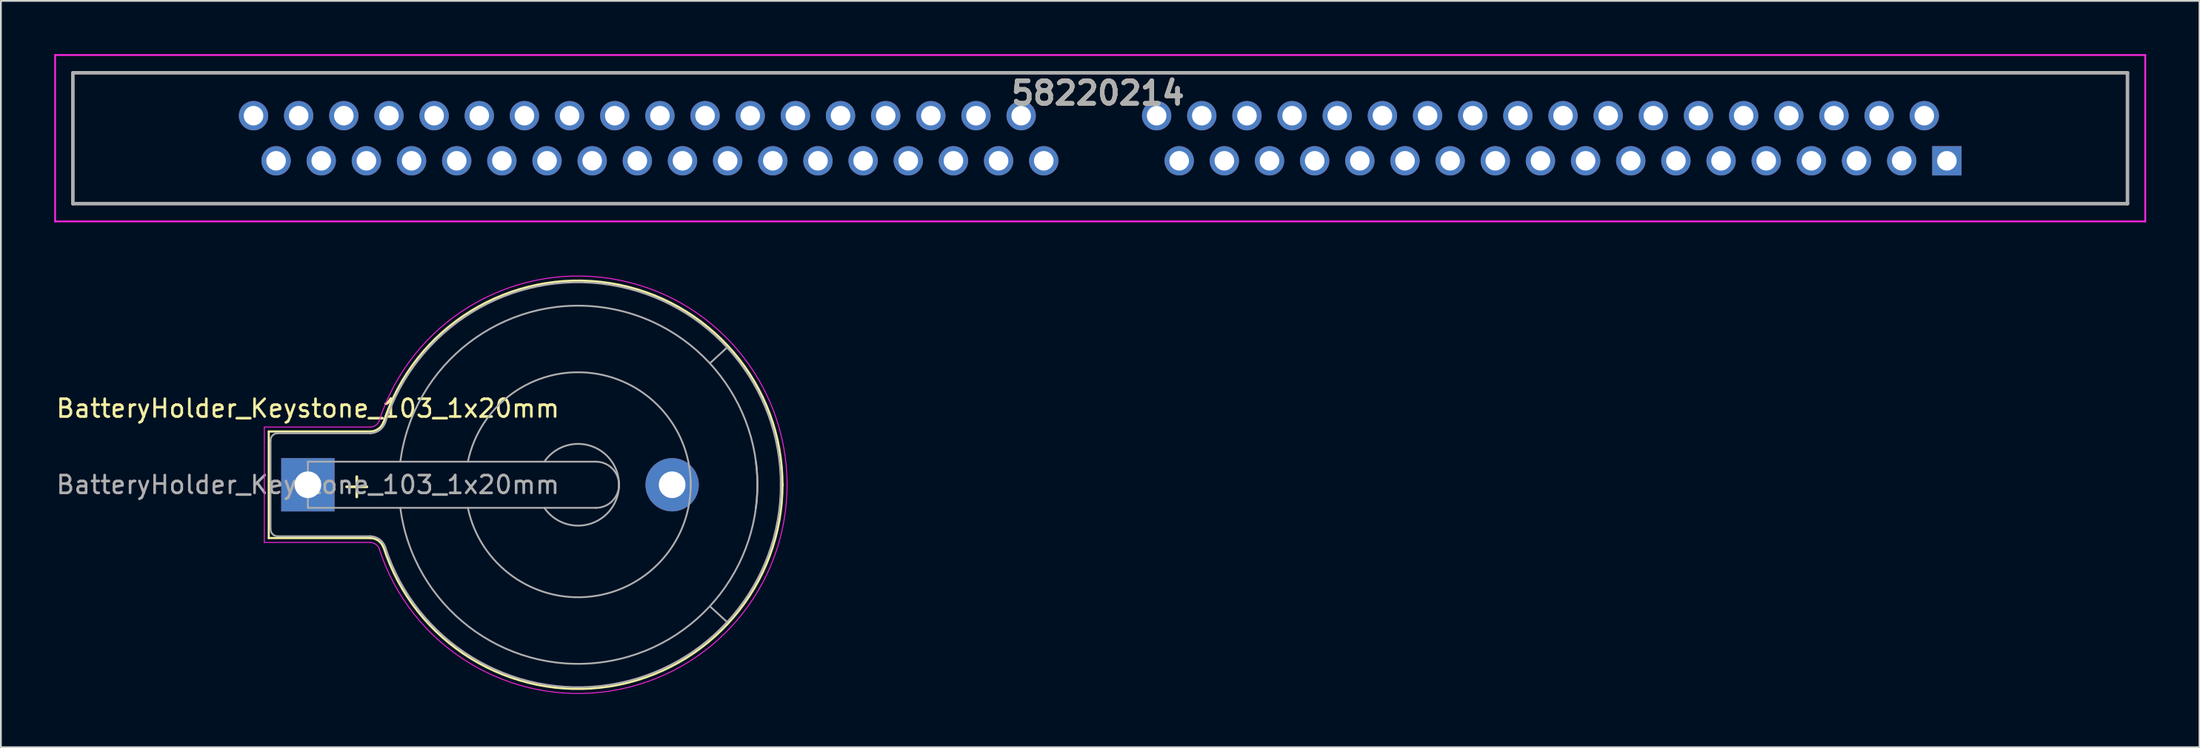
<source format=kicad_pcb>
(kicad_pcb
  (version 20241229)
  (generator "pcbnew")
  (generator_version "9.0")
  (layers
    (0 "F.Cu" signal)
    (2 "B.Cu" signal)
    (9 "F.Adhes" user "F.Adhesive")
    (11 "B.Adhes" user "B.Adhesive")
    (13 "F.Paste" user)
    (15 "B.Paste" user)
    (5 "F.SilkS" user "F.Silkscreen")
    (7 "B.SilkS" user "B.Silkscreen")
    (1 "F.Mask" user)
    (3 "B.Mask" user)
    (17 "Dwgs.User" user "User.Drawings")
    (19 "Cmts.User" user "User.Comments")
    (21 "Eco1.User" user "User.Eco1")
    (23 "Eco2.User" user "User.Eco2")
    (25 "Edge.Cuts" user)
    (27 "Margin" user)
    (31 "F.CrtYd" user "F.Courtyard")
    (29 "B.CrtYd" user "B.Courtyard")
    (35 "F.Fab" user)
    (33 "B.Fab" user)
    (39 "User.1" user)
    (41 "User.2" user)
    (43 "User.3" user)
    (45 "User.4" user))
  (footprint "BatteryHolder_Keystone_103_1x20mm"
    (layer "F.Cu")
    (at 14.268 24.25)
    (property "Reference" "BatteryHolder_Keystone_103_1x20mm" (at 0 -4.3 0) (layer "F.SilkS") (effects (font (size 1 1) (thickness 0.15))))
    (attr through_hole)
    (fp_line (start -2.2 -3) (end 3.5 -3) (stroke (width 0.12) (type solid)) (layer "F.SilkS"))
    (fp_line (start -2.2 3) (end -2.2 -3) (stroke (width 0.12) (type solid)) (layer "F.SilkS"))
    (fp_line (start -2.2 3) (end 3.5 3) (stroke (width 0.12) (type solid)) (layer "F.SilkS"))
    (fp_arc (start 3.5 3) (mid 3.958861 3.144678) (end 4.251754 3.526384) (stroke (width 0.12) (type solid)) (layer "F.SilkS"))
    (fp_arc (start 4.25 -3.5) (mid 16.993514 -11.35499) (end 26.695671 0.045281) (stroke (width 0.12) (type solid)) (layer "F.SilkS"))
    (fp_arc (start 4.251754 -3.526384) (mid 3.958861 -3.144678) (end 3.5 -3) (stroke (width 0.12) (type solid)) (layer "F.SilkS"))
    (fp_arc (start 26.695671 -0.045281) (mid 16.993514 11.35499) (end 4.25 3.5) (stroke (width 0.12) (type solid)) (layer "F.SilkS"))
    (fp_line (start -2.45 -3.25) (end 3.5 -3.25) (stroke (width 0.05) (type solid)) (layer "F.CrtYd"))
    (fp_line (start -2.45 3.25) (end -2.45 -3.25) (stroke (width 0.05) (type solid)) (layer "F.CrtYd"))
    (fp_line (start -2.45 3.25) (end 3.5 3.25) (stroke (width 0.05) (type solid)) (layer "F.CrtYd"))
    (fp_arc (start 3.5 3.25) (mid 3.815467 3.349466) (end 4.016831 3.611889) (stroke (width 0.05) (type solid)) (layer "F.CrtYd"))
    (fp_arc (start 4.01 -3.6) (mid 17.021922 -11.612683) (end 26.954634 0) (stroke (width 0.05) (type solid)) (layer "F.CrtYd"))
    (fp_arc (start 4.016831 -3.611889) (mid 3.815467 -3.349466) (end 3.5 -3.25) (stroke (width 0.05) (type solid)) (layer "F.CrtYd"))
    (fp_arc (start 26.954634 0) (mid 17.021922 11.612683) (end 4.01 3.6) (stroke (width 0.05) (type solid)) (layer "F.CrtYd"))
    (fp_line (start -2.1 -2.5) (end -2.1 2.5) (stroke (width 0.1) (type solid)) (layer "F.Fab"))
    (fp_line (start -1.7 2.9) (end 3.531 2.9) (stroke (width 0.1) (type solid)) (layer "F.Fab"))
    (fp_line (start 0 -1.3) (end 0 1.3) (stroke (width 0.1) (type solid)) (layer "F.Fab"))
    (fp_line (start 0 1.3) (end 16.2 1.3) (stroke (width 0.1) (type solid)) (layer "F.Fab"))
    (fp_line (start 3.531 -2.9) (end -1.7 -2.9) (stroke (width 0.1) (type solid)) (layer "F.Fab"))
    (fp_line (start 16.2 -1.3) (end 0 -1.3) (stroke (width 0.1) (type solid)) (layer "F.Fab"))
    (fp_line (start 23.571 -7.722) (end 22.631 -6.858) (stroke (width 0.1) (type solid)) (layer "F.Fab"))
    (fp_line (start 23.571 7.722) (end 22.657 6.883) (stroke (width 0.1) (type solid)) (layer "F.Fab"))
    (fp_arc (start -2.1 -2.5) (mid -1.982843 -2.782843) (end -1.7 -2.9) (stroke (width 0.1) (type solid)) (layer "F.Fab"))
    (fp_arc (start -1.7 2.9) (mid -1.982843 2.782843) (end -2.1 2.5) (stroke (width 0.1) (type solid)) (layer "F.Fab"))
    (fp_arc (start 3.5 2.9) (mid 4.016219 3.062763) (end 4.345723 3.492182) (stroke (width 0.1) (type solid)) (layer "F.Fab"))
    (fp_arc (start 4.345723 -3.492182) (mid 4.016219 -3.062763) (end 3.5 -2.9) (stroke (width 0.1) (type solid)) (layer "F.Fab"))
    (fp_arc (start 4.35 -3.5) (mid 17.008726 -11.256154) (end 26.600299 0.075351) (stroke (width 0.1) (type solid)) (layer "F.Fab"))
    (fp_arc (start 5.2 -1.3) (mid 16.5 -10) (end 25.2 1.3) (stroke (width 0.1) (type solid)) (layer "F.Fab"))
    (fp_arc (start 9 -1.3) (mid 15.954687 -6.28971) (end 21.531551 0.203631) (stroke (width 0.1) (type solid)) (layer "F.Fab"))
    (fp_arc (start 13.3 -1.3) (mid 15.963947 -2.171724) (end 17.495448 0.175833) (stroke (width 0.1) (type solid)) (layer "F.Fab"))
    (fp_arc (start 16.2 -1.3) (mid 17.5 0) (end 16.2 1.3) (stroke (width 0.1) (type solid)) (layer "F.Fab"))
    (fp_arc (start 17.495448 -0.175833) (mid 15.963947 2.171724) (end 13.3 1.3) (stroke (width 0.1) (type solid)) (layer "F.Fab"))
    (fp_arc (start 21.531551 -0.203631) (mid 15.954687 6.28971) (end 9 1.3) (stroke (width 0.1) (type solid)) (layer "F.Fab"))
    (fp_arc (start 25.2 -1.3) (mid 16.5 10) (end 5.2 1.3) (stroke (width 0.1) (type solid)) (layer "F.Fab"))
    (fp_arc (start 26.600299 -0.075351) (mid 17.008726 11.256154) (end 4.35 3.5) (stroke (width 0.1) (type solid)) (layer "F.Fab"))
    (fp_text user "+" (at 2.75 0 0) (layer "F.SilkS") (effects (font (size 1.5 1.5) (thickness 0.15))))
    (fp_text user "${REFERENCE}" (at 0 0 0) (layer "F.Fab") (effects (font (size 1 1) (thickness 0.15))))
    (pad "1" thru_hole rect (at 0 0) (size 3 3) (drill 1.5) (layers "*.Cu" "*.Mask"))
    (pad "2" thru_hole circle (at 20.49 0) (size 3 3) (drill 1.5) (layers "*.Cu" "*.Mask")))
  (footprint "58220214"
    (layer "F.Cu")
    (at 106.46 6.005)
    (property "Reference" "58220214" (at -47.752 -3.81 0) (layer "F.SilkS") (effects (font (size 1.27 1.27) (thickness 0.254))))
    (attr through_hole)
    (fp_line (start -105.41 -4.955) (end 10.16 -4.955) (stroke (width 0.1) (type solid)) (layer "F.SilkS"))
    (fp_line (start -105.41 2.415) (end -105.41 -4.955) (stroke (width 0.1) (type solid)) (layer "F.SilkS"))
    (fp_line (start 10.16 -4.955) (end 10.16 2.415) (stroke (width 0.1) (type solid)) (layer "F.SilkS"))
    (fp_line (start 10.16 2.415) (end -105.41 2.415) (stroke (width 0.1) (type solid)) (layer "F.SilkS"))
    (fp_line (start -106.41 -5.955) (end 11.16 -5.955) (stroke (width 0.1) (type solid)) (layer "F.CrtYd"))
    (fp_line (start -106.41 3.415) (end -106.41 -5.955) (stroke (width 0.1) (type solid)) (layer "F.CrtYd"))
    (fp_line (start 11.16 -5.955) (end 11.16 3.415) (stroke (width 0.1) (type solid)) (layer "F.CrtYd"))
    (fp_line (start 11.16 3.415) (end -106.41 3.415) (stroke (width 0.1) (type solid)) (layer "F.CrtYd"))
    (fp_line (start -105.41 -4.955) (end 10.16 -4.955) (stroke (width 0.2) (type solid)) (layer "F.Fab"))
    (fp_line (start -105.41 2.415) (end -105.41 -4.955) (stroke (width 0.2) (type solid)) (layer "F.Fab"))
    (fp_line (start 10.16 -4.955) (end 10.16 2.415) (stroke (width 0.2) (type solid)) (layer "F.Fab"))
    (fp_line (start 10.16 2.415) (end -105.41 2.415) (stroke (width 0.2) (type solid)) (layer "F.Fab"))
    (fp_text user "${REFERENCE}" (at -47.752 -3.81 0) (layer "F.Fab") (effects (font (size 1.27 1.27) (thickness 0.254))))
    (pad "" np_thru_hole circle (at -103.505 -1.27) (size 0.001 0.001) (drill 2.44) (layers "*.Cu" "*.Mask"))
    (pad "" np_thru_hole circle (at -47.625 -1.27) (size 0.001 0.001) (drill 2.44) (layers "*.Cu" "*.Mask"))
    (pad "" np_thru_hole circle (at 8.255 -1.27) (size 0.001 0.001) (drill 2.44) (layers "*.Cu" "*.Mask"))
    (pad "1" thru_hole rect (at 0 0) (size 1.65 1.65) (drill 1.1) (layers "*.Cu" "*.Mask"))
    (pad "2" thru_hole circle (at -1.27 -2.54) (size 1.65 1.65) (drill 1.1) (layers "*.Cu" "*.Mask"))
    (pad "3" thru_hole circle (at -2.54 0) (size 1.65 1.65) (drill 1.1) (layers "*.Cu" "*.Mask"))
    (pad "4" thru_hole circle (at -3.81 -2.54) (size 1.65 1.65) (drill 1.1) (layers "*.Cu" "*.Mask"))
    (pad "5" thru_hole circle (at -5.08 0) (size 1.65 1.65) (drill 1.1) (layers "*.Cu" "*.Mask"))
    (pad "6" thru_hole circle (at -6.35 -2.54) (size 1.65 1.65) (drill 1.1) (layers "*.Cu" "*.Mask"))
    (pad "7" thru_hole circle (at -7.62 0) (size 1.65 1.65) (drill 1.1) (layers "*.Cu" "*.Mask"))
    (pad "8" thru_hole circle (at -8.89 -2.54) (size 1.65 1.65) (drill 1.1) (layers "*.Cu" "*.Mask"))
    (pad "9" thru_hole circle (at -10.16 0) (size 1.65 1.65) (drill 1.1) (layers "*.Cu" "*.Mask"))
    (pad "10" thru_hole circle (at -11.43 -2.54) (size 1.65 1.65) (drill 1.1) (layers "*.Cu" "*.Mask"))
    (pad "11" thru_hole circle (at -12.7 0) (size 1.65 1.65) (drill 1.1) (layers "*.Cu" "*.Mask"))
    (pad "12" thru_hole circle (at -13.97 -2.54) (size 1.65 1.65) (drill 1.1) (layers "*.Cu" "*.Mask"))
    (pad "13" thru_hole circle (at -15.24 0) (size 1.65 1.65) (drill 1.1) (layers "*.Cu" "*.Mask"))
    (pad "14" thru_hole circle (at -16.51 -2.54) (size 1.65 1.65) (drill 1.1) (layers "*.Cu" "*.Mask"))
    (pad "15" thru_hole circle (at -17.78 0) (size 1.65 1.65) (drill 1.1) (layers "*.Cu" "*.Mask"))
    (pad "16" thru_hole circle (at -19.05 -2.54) (size 1.65 1.65) (drill 1.1) (layers "*.Cu" "*.Mask"))
    (pad "17" thru_hole circle (at -20.32 0) (size 1.65 1.65) (drill 1.1) (layers "*.Cu" "*.Mask"))
    (pad "18" thru_hole circle (at -21.59 -2.54) (size 1.65 1.65) (drill 1.1) (layers "*.Cu" "*.Mask"))
    (pad "19" thru_hole circle (at -22.86 0) (size 1.65 1.65) (drill 1.1) (layers "*.Cu" "*.Mask"))
    (pad "20" thru_hole circle (at -24.13 -2.54) (size 1.65 1.65) (drill 1.1) (layers "*.Cu" "*.Mask"))
    (pad "21" thru_hole circle (at -25.4 0) (size 1.65 1.65) (drill 1.1) (layers "*.Cu" "*.Mask"))
    (pad "22" thru_hole circle (at -26.67 -2.54) (size 1.65 1.65) (drill 1.1) (layers "*.Cu" "*.Mask"))
    (pad "23" thru_hole circle (at -27.94 0) (size 1.65 1.65) (drill 1.1) (layers "*.Cu" "*.Mask"))
    (pad "24" thru_hole circle (at -29.21 -2.54) (size 1.65 1.65) (drill 1.1) (layers "*.Cu" "*.Mask"))
    (pad "25" thru_hole circle (at -30.48 0) (size 1.65 1.65) (drill 1.1) (layers "*.Cu" "*.Mask"))
    (pad "26" thru_hole circle (at -31.75 -2.54) (size 1.65 1.65) (drill 1.1) (layers "*.Cu" "*.Mask"))
    (pad "27" thru_hole circle (at -33.02 0) (size 1.65 1.65) (drill 1.1) (layers "*.Cu" "*.Mask"))
    (pad "28" thru_hole circle (at -34.29 -2.54) (size 1.65 1.65) (drill 1.1) (layers "*.Cu" "*.Mask"))
    (pad "29" thru_hole circle (at -35.56 0) (size 1.65 1.65) (drill 1.1) (layers "*.Cu" "*.Mask"))
    (pad "30" thru_hole circle (at -36.83 -2.54) (size 1.65 1.65) (drill 1.1) (layers "*.Cu" "*.Mask"))
    (pad "31" thru_hole circle (at -38.1 0) (size 1.65 1.65) (drill 1.1) (layers "*.Cu" "*.Mask"))
    (pad "32" thru_hole circle (at -39.37 -2.54) (size 1.65 1.65) (drill 1.1) (layers "*.Cu" "*.Mask"))
    (pad "33" thru_hole circle (at -40.64 0) (size 1.65 1.65) (drill 1.1) (layers "*.Cu" "*.Mask"))
    (pad "34" thru_hole circle (at -41.91 -2.54) (size 1.65 1.65) (drill 1.1) (layers "*.Cu" "*.Mask"))
    (pad "35" thru_hole circle (at -43.18 0) (size 1.65 1.65) (drill 1.1) (layers "*.Cu" "*.Mask"))
    (pad "36" thru_hole circle (at -44.45 -2.54) (size 1.65 1.65) (drill 1.1) (layers "*.Cu" "*.Mask"))
    (pad "37" thru_hole circle (at -50.8 0) (size 1.65 1.65) (drill 1.1) (layers "*.Cu" "*.Mask"))
    (pad "38" thru_hole circle (at -52.07 -2.54) (size 1.65 1.65) (drill 1.1) (layers "*.Cu" "*.Mask"))
    (pad "39" thru_hole circle (at -53.34 0) (size 1.65 1.65) (drill 1.1) (layers "*.Cu" "*.Mask"))
    (pad "40" thru_hole circle (at -54.61 -2.54) (size 1.65 1.65) (drill 1.1) (layers "*.Cu" "*.Mask"))
    (pad "41" thru_hole circle (at -55.88 0) (size 1.65 1.65) (drill 1.1) (layers "*.Cu" "*.Mask"))
    (pad "42" thru_hole circle (at -57.15 -2.54) (size 1.65 1.65) (drill 1.1) (layers "*.Cu" "*.Mask"))
    (pad "43" thru_hole circle (at -58.42 0) (size 1.65 1.65) (drill 1.1) (layers "*.Cu" "*.Mask"))
    (pad "44" thru_hole circle (at -59.69 -2.54) (size 1.65 1.65) (drill 1.1) (layers "*.Cu" "*.Mask"))
    (pad "45" thru_hole circle (at -60.96 0) (size 1.65 1.65) (drill 1.1) (layers "*.Cu" "*.Mask"))
    (pad "46" thru_hole circle (at -62.23 -2.54) (size 1.65 1.65) (drill 1.1) (layers "*.Cu" "*.Mask"))
    (pad "47" thru_hole circle (at -63.5 0) (size 1.65 1.65) (drill 1.1) (layers "*.Cu" "*.Mask"))
    (pad "48" thru_hole circle (at -64.77 -2.54) (size 1.65 1.65) (drill 1.1) (layers "*.Cu" "*.Mask"))
    (pad "49" thru_hole circle (at -66.04 0) (size 1.65 1.65) (drill 1.1) (layers "*.Cu" "*.Mask"))
    (pad "50" thru_hole circle (at -67.31 -2.54) (size 1.65 1.65) (drill 1.1) (layers "*.Cu" "*.Mask"))
    (pad "51" thru_hole circle (at -68.58 0) (size 1.65 1.65) (drill 1.1) (layers "*.Cu" "*.Mask"))
    (pad "52" thru_hole circle (at -69.85 -2.54) (size 1.65 1.65) (drill 1.1) (layers "*.Cu" "*.Mask"))
    (pad "53" thru_hole circle (at -71.12 0) (size 1.65 1.65) (drill 1.1) (layers "*.Cu" "*.Mask"))
    (pad "54" thru_hole circle (at -72.39 -2.54) (size 1.65 1.65) (drill 1.1) (layers "*.Cu" "*.Mask"))
    (pad "55" thru_hole circle (at -73.66 0) (size 1.65 1.65) (drill 1.1) (layers "*.Cu" "*.Mask"))
    (pad "56" thru_hole circle (at -74.93 -2.54) (size 1.65 1.65) (drill 1.1) (layers "*.Cu" "*.Mask"))
    (pad "57" thru_hole circle (at -76.2 0) (size 1.65 1.65) (drill 1.1) (layers "*.Cu" "*.Mask"))
    (pad "58" thru_hole circle (at -77.47 -2.54) (size 1.65 1.65) (drill 1.1) (layers "*.Cu" "*.Mask"))
    (pad "59" thru_hole circle (at -78.74 0) (size 1.65 1.65) (drill 1.1) (layers "*.Cu" "*.Mask"))
    (pad "60" thru_hole circle (at -80.01 -2.54) (size 1.65 1.65) (drill 1.1) (layers "*.Cu" "*.Mask"))
    (pad "61" thru_hole circle (at -81.28 0) (size 1.65 1.65) (drill 1.1) (layers "*.Cu" "*.Mask"))
    (pad "62" thru_hole circle (at -82.55 -2.54) (size 1.65 1.65) (drill 1.1) (layers "*.Cu" "*.Mask"))
    (pad "63" thru_hole circle (at -83.82 0) (size 1.65 1.65) (drill 1.1) (layers "*.Cu" "*.Mask"))
    (pad "64" thru_hole circle (at -85.09 -2.54) (size 1.65 1.65) (drill 1.1) (layers "*.Cu" "*.Mask"))
    (pad "65" thru_hole circle (at -86.36 0) (size 1.65 1.65) (drill 1.1) (layers "*.Cu" "*.Mask"))
    (pad "66" thru_hole circle (at -87.63 -2.54) (size 1.65 1.65) (drill 1.1) (layers "*.Cu" "*.Mask"))
    (pad "67" thru_hole circle (at -88.9 0) (size 1.65 1.65) (drill 1.1) (layers "*.Cu" "*.Mask"))
    (pad "68" thru_hole circle (at -90.17 -2.54) (size 1.65 1.65) (drill 1.1) (layers "*.Cu" "*.Mask"))
    (pad "69" thru_hole circle (at -91.44 0) (size 1.65 1.65) (drill 1.1) (layers "*.Cu" "*.Mask"))
    (pad "70" thru_hole circle (at -92.71 -2.54) (size 1.65 1.65) (drill 1.1) (layers "*.Cu" "*.Mask"))
    (pad "71" thru_hole circle (at -93.98 0) (size 1.65 1.65) (drill 1.1) (layers "*.Cu" "*.Mask"))
    (pad "72" thru_hole circle (at -95.25 -2.54) (size 1.65 1.65) (drill 1.1) (layers "*.Cu" "*.Mask")))
  (gr_rect
    (start -3 -3)
    (end 120.67 39.03)
    (stroke (width 0.1) (type default))
    (fill no)
    (layer "Edge.Cuts")))
</source>
